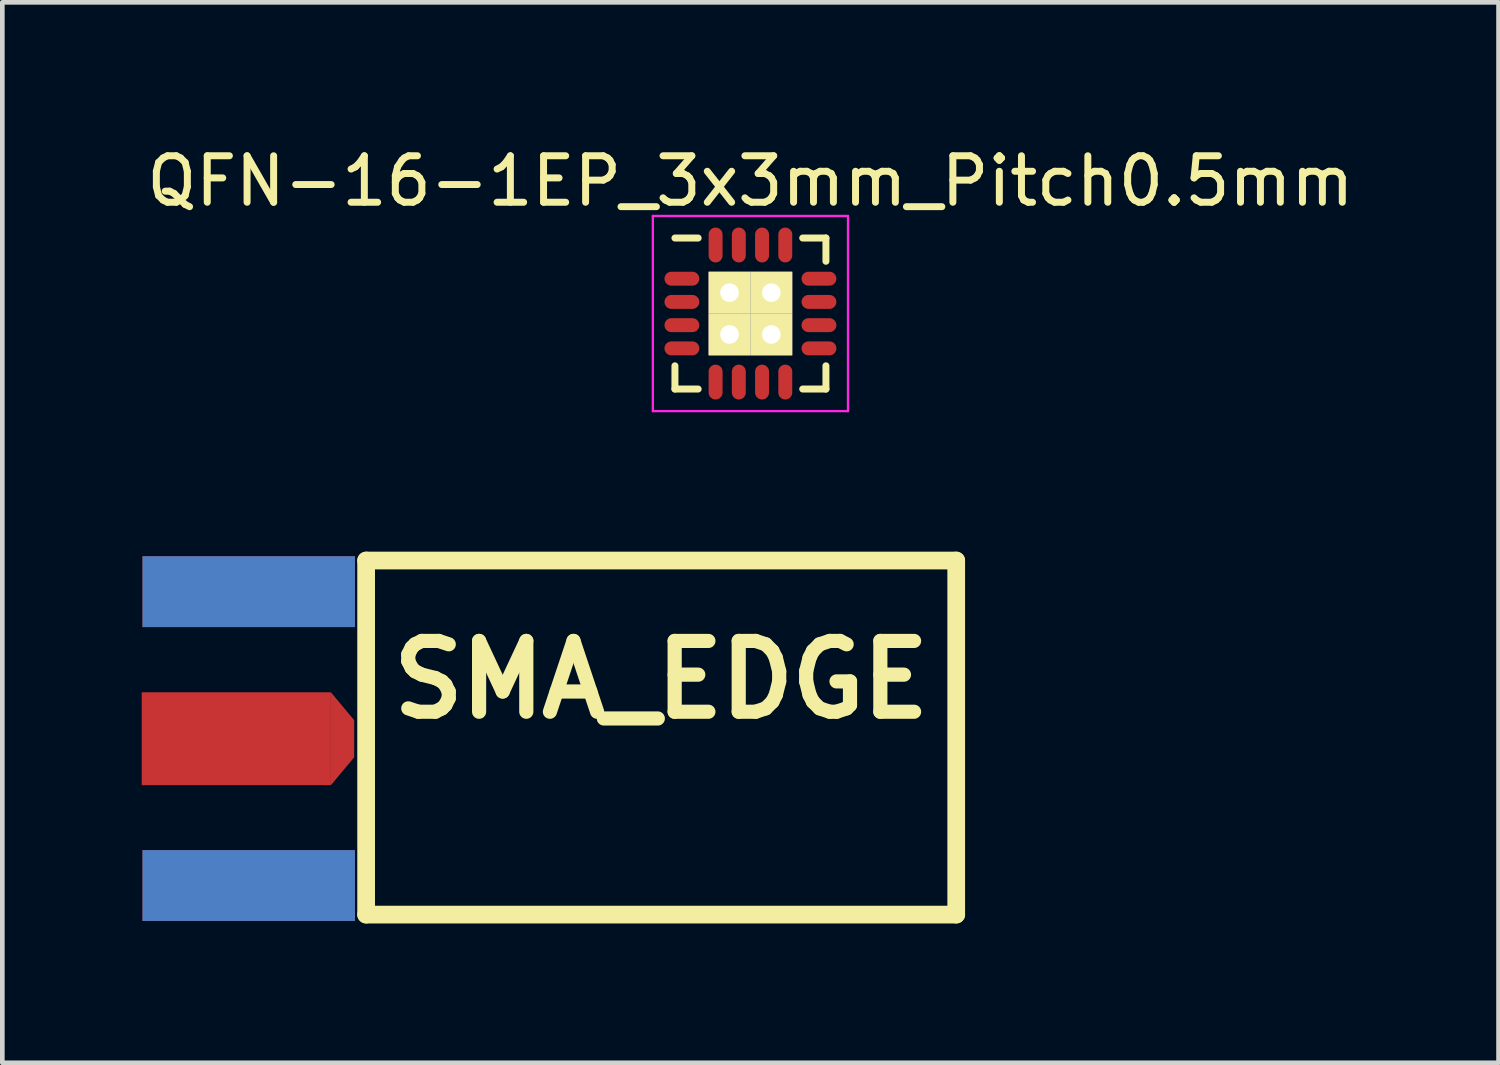
<source format=kicad_pcb>
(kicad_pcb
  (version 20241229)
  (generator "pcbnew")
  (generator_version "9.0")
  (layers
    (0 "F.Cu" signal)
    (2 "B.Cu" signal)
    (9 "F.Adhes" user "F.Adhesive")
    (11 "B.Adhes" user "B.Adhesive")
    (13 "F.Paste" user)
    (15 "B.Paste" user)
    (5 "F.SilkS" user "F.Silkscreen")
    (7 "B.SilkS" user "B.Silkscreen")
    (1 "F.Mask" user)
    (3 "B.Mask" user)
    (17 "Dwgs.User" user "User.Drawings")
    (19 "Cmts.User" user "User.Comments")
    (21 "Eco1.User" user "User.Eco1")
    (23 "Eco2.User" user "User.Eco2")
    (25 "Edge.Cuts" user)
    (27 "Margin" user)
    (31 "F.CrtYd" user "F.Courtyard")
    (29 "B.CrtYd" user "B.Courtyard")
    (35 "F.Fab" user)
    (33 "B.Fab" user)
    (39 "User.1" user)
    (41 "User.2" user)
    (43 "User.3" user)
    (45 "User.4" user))
  (footprint "SMA_EDGE"
    (layer "F.Cu")
    (at 11.18 11.579)
    (property "Reference" "SMA_EDGE" (at 0 0 0) (layer "F.SilkS") (effects (font (size 1.524 1.524) (thickness 0.305))))
    (attr through_hole)
    (fp_line (start -6.35 -2.565) (end -6.35 5.055) (stroke (width 0.381) (type solid)) (layer "F.SilkS"))
    (fp_line (start -6.35 5.055) (end 6.35 5.055) (stroke (width 0.381) (type solid)) (layer "F.SilkS"))
    (fp_line (start 6.35 -2.565) (end -6.35 -2.565) (stroke (width 0.381) (type solid)) (layer "F.SilkS"))
    (fp_line (start 6.35 5.055) (end 6.35 -2.565) (stroke (width 0.381) (type solid)) (layer "F.SilkS"))
    (pad "0" connect rect (at -8.877 -1.895) (size 4.572 1.524) (layers "*.Cu" "F.Mask"))
    (pad "1" connect rect (at -9.144 1.27) (size 4.072 1.999) (layers "F.Cu" "F.Mask"))
    (pad "1" connect trapezoid (at -6.858 1.27) (size 0.5 1.4) (rect_delta 0.599 0) (layers "F.Cu" "F.Mask"))
    (pad "2" connect rect (at -8.877 4.43) (size 4.572 1.524) (layers "*.Cu" "F.Mask")))
  (footprint "QFN-16-1EP_3x3mm_Pitch0.5mm"
    (layer "F.Cu")
    (at 13.101 3.698)
    (property "Reference" "QFN-16-1EP_3x3mm_Pitch0.5mm" (at 0 -2.85 0) (layer "F.SilkS") (effects (font (size 1 1) (thickness 0.15))))
    (attr smd)
    (fp_line (start -1.625 -1.625) (end -1.125 -1.625) (stroke (width 0.15) (type solid)) (layer "F.SilkS"))
    (fp_line (start -1.625 1.625) (end -1.625 1.125) (stroke (width 0.15) (type solid)) (layer "F.SilkS"))
    (fp_line (start -1.625 1.625) (end -1.125 1.625) (stroke (width 0.15) (type solid)) (layer "F.SilkS"))
    (fp_line (start 1.625 -1.625) (end 1.125 -1.625) (stroke (width 0.15) (type solid)) (layer "F.SilkS"))
    (fp_line (start 1.625 -1.625) (end 1.625 -1.125) (stroke (width 0.15) (type solid)) (layer "F.SilkS"))
    (fp_line (start 1.625 1.625) (end 1.125 1.625) (stroke (width 0.15) (type solid)) (layer "F.SilkS"))
    (fp_line (start 1.625 1.625) (end 1.625 1.125) (stroke (width 0.15) (type solid)) (layer "F.SilkS"))
    (fp_line (start -2.1 -2.1) (end -2.1 2.1) (stroke (width 0.05) (type solid)) (layer "F.CrtYd"))
    (fp_line (start -2.1 -2.1) (end 2.1 -2.1) (stroke (width 0.05) (type solid)) (layer "F.CrtYd"))
    (fp_line (start -2.1 2.1) (end 2.1 2.1) (stroke (width 0.05) (type solid)) (layer "F.CrtYd"))
    (fp_line (start 2.1 -2.1) (end 2.1 2.1) (stroke (width 0.05) (type solid)) (layer "F.CrtYd"))
    (pad "1" smd oval (at -1.475 -0.75) (size 0.75 0.3) (layers "F.Cu" "F.Mask" "F.Paste"))
    (pad "2" smd oval (at -1.475 -0.25) (size 0.75 0.3) (layers "F.Cu" "F.Mask" "F.Paste"))
    (pad "3" smd oval (at -1.475 0.25) (size 0.75 0.3) (layers "F.Cu" "F.Mask" "F.Paste"))
    (pad "4" smd oval (at -1.475 0.75) (size 0.75 0.3) (layers "F.Cu" "F.Mask" "F.Paste"))
    (pad "5" smd oval (at -0.75 1.475 90) (size 0.75 0.3) (layers "F.Cu" "F.Mask" "F.Paste"))
    (pad "6" smd oval (at -0.25 1.475 90) (size 0.75 0.3) (layers "F.Cu" "F.Mask" "F.Paste"))
    (pad "7" smd oval (at 0.25 1.475 90) (size 0.75 0.3) (layers "F.Cu" "F.Mask" "F.Paste"))
    (pad "8" smd oval (at 0.75 1.475 90) (size 0.75 0.3) (layers "F.Cu" "F.Mask" "F.Paste"))
    (pad "9" smd oval (at 1.475 0.75) (size 0.75 0.3) (layers "F.Cu" "F.Mask" "F.Paste"))
    (pad "10" smd oval (at 1.475 0.25) (size 0.75 0.3) (layers "F.Cu" "F.Mask" "F.Paste"))
    (pad "11" smd oval (at 1.475 -0.25) (size 0.75 0.3) (layers "F.Cu" "F.Mask" "F.Paste"))
    (pad "12" smd oval (at 1.475 -0.75) (size 0.75 0.3) (layers "F.Cu" "F.Mask" "F.Paste"))
    (pad "13" smd oval (at 0.75 -1.475 90) (size 0.75 0.3) (layers "F.Cu" "F.Mask" "F.Paste"))
    (pad "14" smd oval (at 0.25 -1.475 90) (size 0.75 0.3) (layers "F.Cu" "F.Mask" "F.Paste"))
    (pad "15" smd oval (at -0.25 -1.475 90) (size 0.75 0.3) (layers "F.Cu" "F.Mask" "F.Paste"))
    (pad "16" smd oval (at -0.75 -1.475 90) (size 0.75 0.3) (layers "F.Cu" "F.Mask" "F.Paste"))
    (pad "17" thru_hole rect (at -0.45 -0.45) (size 0.9 0.9) (drill 0.4) (layers "*.Cu" "F.Mask" "F.SilkS"))
    (pad "17" thru_hole rect (at -0.45 0.45) (size 0.9 0.9) (drill 0.4) (layers "*.Cu" "F.Mask" "F.SilkS"))
    (pad "17" thru_hole rect (at 0.45 -0.45) (size 0.9 0.9) (drill 0.4) (layers "*.Cu" "F.Mask" "F.SilkS"))
    (pad "17" thru_hole rect (at 0.45 0.45) (size 0.9 0.9) (drill 0.4) (layers "*.Cu" "F.Mask" "F.SilkS")))
  (gr_rect
    (start -3 -3)
    (end 29.202 19.824)
    (stroke (width 0.1) (type default))
    (fill no)
    (layer "Edge.Cuts")))
</source>
